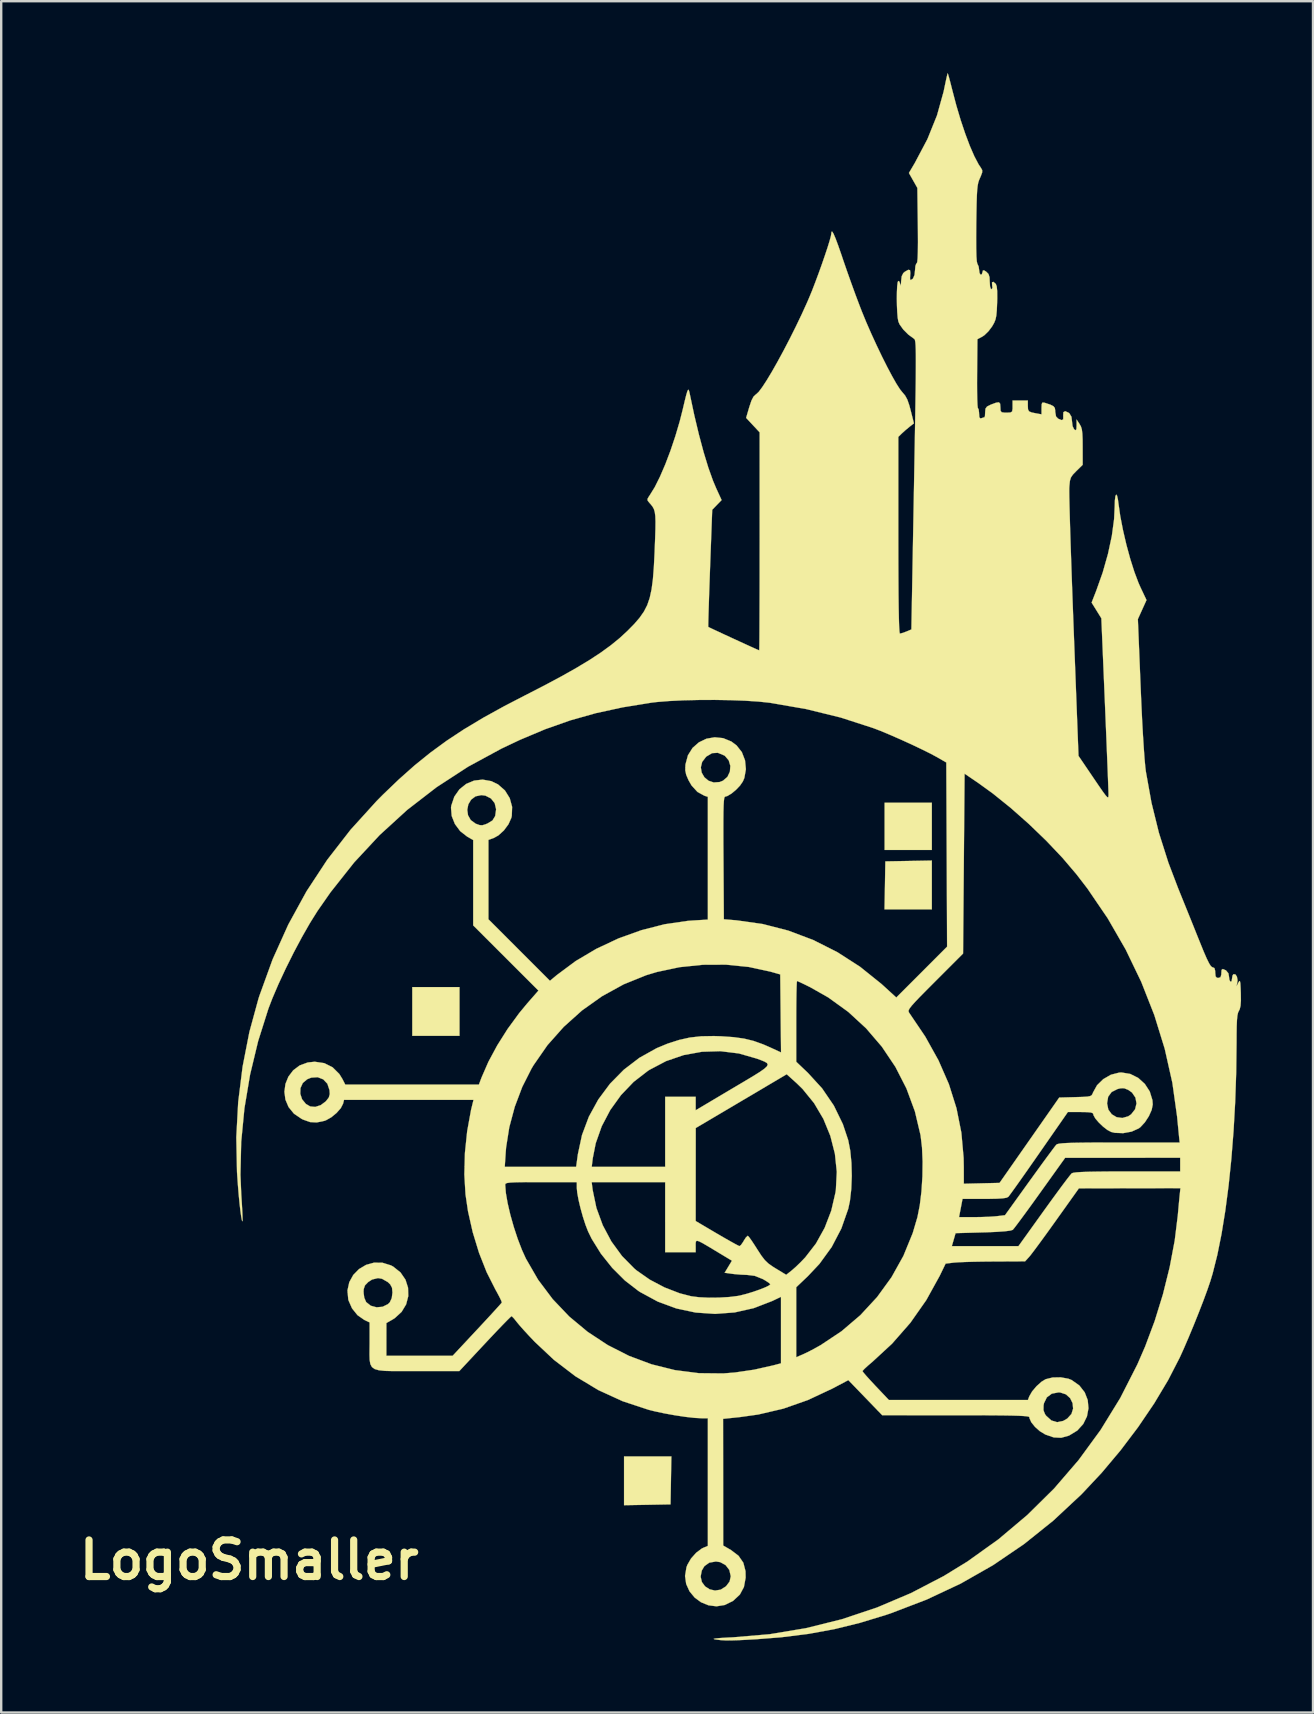
<source format=kicad_pcb>
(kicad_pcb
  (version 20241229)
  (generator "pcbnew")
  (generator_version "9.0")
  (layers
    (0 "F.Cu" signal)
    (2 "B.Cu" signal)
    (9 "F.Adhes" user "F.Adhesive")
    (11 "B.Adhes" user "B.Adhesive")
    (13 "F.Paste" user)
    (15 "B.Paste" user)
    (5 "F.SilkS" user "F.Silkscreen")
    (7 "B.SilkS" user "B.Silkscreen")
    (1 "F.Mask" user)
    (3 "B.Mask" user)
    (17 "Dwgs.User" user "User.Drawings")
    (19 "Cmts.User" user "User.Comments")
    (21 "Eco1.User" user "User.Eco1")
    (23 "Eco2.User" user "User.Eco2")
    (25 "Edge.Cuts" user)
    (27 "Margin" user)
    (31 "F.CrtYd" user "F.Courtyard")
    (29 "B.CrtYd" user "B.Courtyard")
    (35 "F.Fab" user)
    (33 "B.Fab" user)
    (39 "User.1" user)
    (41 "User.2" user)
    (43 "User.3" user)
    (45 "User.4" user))
  (footprint "LogoSmaller"
    (layer "F.Cu")
    (at 27.657 32.754)
    (property "Reference" "LogoSmaller" (at -20.32 29.21 0) (layer "F.SilkS") (effects (font (size 1.524 1.524) (thickness 0.3))))
    (attr through_hole)
    (fp_poly (pts (xy -11.557 7.366) (xy -13.525 7.366) (xy -13.525 5.334) (xy -11.557 5.334) (xy -11.557 7.366)) (stroke (width 0.01) (type solid)) (fill yes) (layer "F.SilkS"))
    (fp_poly (pts (xy 8.128 -0.381) (xy 6.16 -0.381) (xy 6.16 -2.349) (xy 8.128 -2.349) (xy 8.128 -0.381)) (stroke (width 0.01) (type solid)) (fill yes) (layer "F.SilkS"))
    (fp_poly (pts (xy -2.762 26.892) (xy -3.731 26.91) (xy -4.699 26.927) (xy -4.699 24.892) (xy -2.727 24.892) (xy -2.762 26.892)) (stroke (width 0.01) (type solid)) (fill yes) (layer "F.SilkS"))
    (fp_poly (pts (xy 8.128 2.095) (xy 6.156 2.095) (xy 6.174 1.095) (xy 6.191 0.095) (xy 8.128 0.06) (xy 8.128 2.095)) (stroke (width 0.01) (type solid)) (fill yes) (layer "F.SilkS"))
    (fp_poly (pts (xy 8.809 -32.698) (xy 8.852 -32.547) (xy 8.912 -32.32) (xy 8.98 -32.051) (xy 9.147 -31.415) (xy 9.329 -30.803) (xy 9.52 -30.233) (xy 9.712 -29.723) (xy 9.9 -29.291) (xy 10.077 -28.955) (xy 10.178 -28.802) (xy 10.227 -28.714) (xy 10.226 -28.617) (xy 10.17 -28.466) (xy 10.136 -28.389) (xy 10.094 -28.291) (xy 10.061 -28.186) (xy 10.037 -28.057) (xy 10.018 -27.886) (xy 10.005 -27.657) (xy 9.995 -27.352) (xy 9.987 -26.953) (xy 9.98 -26.488) (xy 9.976 -25.909) (xy 9.978 -25.455) (xy 9.986 -25.122) (xy 10.002 -24.909) (xy 10.025 -24.812) (xy 10.028 -24.808) (xy 10.079 -24.697) (xy 10.097 -24.566) (xy 10.117 -24.425) (xy 10.163 -24.354) (xy 10.211 -24.373) (xy 10.235 -24.448) (xy 10.259 -24.535) (xy 10.315 -24.532) (xy 10.398 -24.478) (xy 10.489 -24.386) (xy 10.532 -24.252) (xy 10.541 -24.063) (xy 10.554 -23.868) (xy 10.59 -23.761) (xy 10.611 -23.749) (xy 10.654 -23.801) (xy 10.642 -23.908) (xy 10.635 -24.036) (xy 10.693 -24.059) (xy 10.794 -23.972) (xy 10.832 -23.871) (xy 10.852 -23.673) (xy 10.854 -23.367) (xy 10.849 -23.188) (xy 10.836 -22.874) (xy 10.816 -22.654) (xy 10.783 -22.493) (xy 10.729 -22.357) (xy 10.648 -22.213) (xy 10.636 -22.194) (xy 10.489 -21.999) (xy 10.323 -21.837) (xy 10.237 -21.778) (xy 10.028 -21.667) (xy 10.015 -20.231) (xy 10.013 -19.82) (xy 10.015 -19.454) (xy 10.021 -19.153) (xy 10.03 -18.933) (xy 10.042 -18.813) (xy 10.049 -18.796) (xy 10.08 -18.74) (xy 10.096 -18.602) (xy 10.097 -18.567) (xy 10.108 -18.417) (xy 10.149 -18.367) (xy 10.197 -18.376) (xy 10.298 -18.41) (xy 10.324 -18.415) (xy 10.342 -18.471) (xy 10.35 -18.607) (xy 10.351 -18.63) (xy 10.364 -18.773) (xy 10.429 -18.861) (xy 10.577 -18.936) (xy 10.606 -18.948) (xy 10.81 -19.023) (xy 10.924 -19.037) (xy 10.974 -18.981) (xy 10.985 -18.848) (xy 10.986 -18.828) (xy 10.993 -18.685) (xy 11.041 -18.622) (xy 11.165 -18.606) (xy 11.239 -18.605) (xy 11.402 -18.612) (xy 11.474 -18.654) (xy 11.493 -18.77) (xy 11.493 -18.86) (xy 11.493 -19.113) (xy 12.129 -19.113) (xy 12.129 -18.895) (xy 12.136 -18.746) (xy 12.178 -18.662) (xy 12.286 -18.615) (xy 12.462 -18.579) (xy 12.7 -18.536) (xy 12.7 -18.797) (xy 12.706 -18.961) (xy 12.737 -19.026) (xy 12.813 -19.023) (xy 12.843 -19.014) (xy 13.067 -18.94) (xy 13.195 -18.876) (xy 13.254 -18.801) (xy 13.271 -18.69) (xy 13.271 -18.641) (xy 13.304 -18.449) (xy 13.394 -18.354) (xy 13.539 -18.295) (xy 13.604 -18.328) (xy 13.605 -18.464) (xy 13.603 -18.479) (xy 13.61 -18.626) (xy 13.687 -18.668) (xy 13.828 -18.603) (xy 13.859 -18.581) (xy 13.947 -18.435) (xy 13.97 -18.241) (xy 13.994 -18.044) (xy 14.057 -17.915) (xy 14.065 -17.907) (xy 14.127 -17.873) (xy 14.154 -17.923) (xy 14.161 -18.074) (xy 14.161 -18.32) (xy 14.287 -18.129) (xy 14.343 -18.028) (xy 14.38 -17.907) (xy 14.401 -17.738) (xy 14.412 -17.494) (xy 14.414 -17.185) (xy 14.415 -16.432) (xy 14.147 -16.169) (xy 14.006 -16.023) (xy 13.924 -15.902) (xy 13.882 -15.761) (xy 13.861 -15.553) (xy 13.855 -15.46) (xy 13.854 -15.328) (xy 13.857 -15.08) (xy 13.865 -14.725) (xy 13.877 -14.275) (xy 13.893 -13.739) (xy 13.912 -13.128) (xy 13.935 -12.451) (xy 13.96 -11.72) (xy 13.988 -10.944) (xy 14.018 -10.134) (xy 14.036 -9.657) (xy 14.241 -4.302) (xy 14.868 -3.378) (xy 15.092 -3.048) (xy 15.255 -2.813) (xy 15.367 -2.662) (xy 15.437 -2.585) (xy 15.474 -2.571) (xy 15.489 -2.61) (xy 15.492 -2.692) (xy 15.492 -2.703) (xy 15.489 -2.812) (xy 15.481 -3.036) (xy 15.469 -3.362) (xy 15.453 -3.777) (xy 15.433 -4.269) (xy 15.411 -4.825) (xy 15.386 -5.434) (xy 15.359 -6.083) (xy 15.342 -6.495) (xy 15.193 -10.036) (xy 14.99 -10.364) (xy 14.787 -10.691) (xy 14.975 -11.172) (xy 15.249 -11.944) (xy 15.469 -12.719) (xy 15.63 -13.47) (xy 15.724 -14.168) (xy 15.748 -14.671) (xy 15.757 -14.951) (xy 15.779 -15.126) (xy 15.811 -15.193) (xy 15.848 -15.146) (xy 15.885 -14.979) (xy 15.903 -14.842) (xy 15.98 -14.302) (xy 16.094 -13.714) (xy 16.235 -13.108) (xy 16.396 -12.517) (xy 16.568 -11.973) (xy 16.743 -11.508) (xy 16.827 -11.319) (xy 17.075 -10.796) (xy 16.895 -10.399) (xy 16.715 -10.001) (xy 16.83 -7.176) (xy 16.861 -6.452) (xy 16.893 -5.779) (xy 16.927 -5.169) (xy 16.961 -4.635) (xy 16.993 -4.191) (xy 17.024 -3.849) (xy 17.048 -3.651) (xy 17.283 -2.346) (xy 17.592 -1.094) (xy 17.987 0.149) (xy 18.389 1.206) (xy 18.575 1.666) (xy 18.783 2.18) (xy 18.993 2.7) (xy 19.185 3.179) (xy 19.292 3.444) (xy 19.456 3.848) (xy 19.584 4.143) (xy 19.683 4.343) (xy 19.758 4.46) (xy 19.816 4.506) (xy 19.828 4.508) (xy 19.906 4.541) (xy 19.937 4.66) (xy 19.939 4.731) (xy 19.953 4.884) (xy 20.009 4.946) (xy 20.066 4.953) (xy 20.159 4.923) (xy 20.192 4.812) (xy 20.193 4.763) (xy 20.203 4.618) (xy 20.253 4.58) (xy 20.374 4.631) (xy 20.388 4.638) (xy 20.489 4.76) (xy 20.511 4.888) (xy 20.53 5.034) (xy 20.574 5.112) (xy 20.621 5.09) (xy 20.637 4.992) (xy 20.658 4.858) (xy 20.694 4.799) (xy 20.777 4.803) (xy 20.842 4.896) (xy 20.869 5.04) (xy 20.861 5.122) (xy 20.825 5.302) (xy 20.906 5.144) (xy 20.944 5.082) (xy 20.969 5.088) (xy 20.986 5.175) (xy 20.997 5.361) (xy 21.005 5.579) (xy 21.009 5.896) (xy 20.994 6.114) (xy 20.959 6.259) (xy 20.926 6.323) (xy 20.889 6.402) (xy 20.863 6.523) (xy 20.845 6.704) (xy 20.834 6.964) (xy 20.829 7.321) (xy 20.828 7.634) (xy 20.813 8.882) (xy 20.771 10.116) (xy 20.703 11.324) (xy 20.611 12.492) (xy 20.496 13.606) (xy 20.359 14.653) (xy 20.202 15.621) (xy 20.026 16.496) (xy 19.833 17.264) (xy 19.735 17.59) (xy 19.611 17.952) (xy 19.446 18.4) (xy 19.252 18.9) (xy 19.042 19.424) (xy 18.828 19.939) (xy 18.623 20.414) (xy 18.464 20.765) (xy 17.978 21.71) (xy 17.394 22.686) (xy 16.726 23.671) (xy 15.993 24.64) (xy 15.209 25.573) (xy 14.391 26.446) (xy 14.354 26.484) (xy 13.182 27.576) (xy 11.96 28.555) (xy 10.679 29.426) (xy 9.332 30.193) (xy 7.91 30.861) (xy 6.406 31.436) (xy 6.223 31.497) (xy 5.132 31.83) (xy 4.063 32.093) (xy 2.98 32.291) (xy 1.846 32.432) (xy 0.826 32.512) (xy 0.368 32.538) (xy 0.013 32.555) (xy -0.26 32.563) (xy -0.477 32.561) (xy -0.658 32.551) (xy -0.828 32.531) (xy -0.921 32.517) (xy -0.966 32.499) (xy -0.888 32.481) (xy -0.689 32.462) (xy -0.373 32.443) (xy -0.159 32.433) (xy 1.369 32.304) (xy 2.885 32.051) (xy 4.381 31.679) (xy 5.844 31.19) (xy 7.263 30.588) (xy 8.627 29.878) (xy 9.613 29.273) (xy 10.904 28.349) (xy 12.108 27.334) (xy 13.222 26.234) (xy 14.24 25.052) (xy 15.161 23.793) (xy 15.98 22.461) (xy 16.693 21.061) (xy 17.018 20.313) (xy 17.415 19.252) (xy 17.759 18.139) (xy 18.04 17.009) (xy 18.25 15.898) (xy 18.38 14.841) (xy 18.381 14.827) (xy 18.407 14.538) (xy 18.434 14.243) (xy 18.453 14.049) (xy 18.488 13.716) (xy 16.372 13.719) (xy 14.256 13.723) (xy 13.303 15.059) (xy 13.036 15.432) (xy 12.785 15.779) (xy 12.561 16.085) (xy 12.377 16.332) (xy 12.244 16.506) (xy 12.182 16.58) (xy 12.014 16.764) (xy 10.69 16.77) (xy 10.269 16.774) (xy 9.869 16.781) (xy 9.516 16.791) (xy 9.235 16.803) (xy 9.052 16.816) (xy 9.034 16.818) (xy 8.702 16.859) (xy 8.456 17.367) (xy 7.897 18.379) (xy 7.233 19.325) (xy 6.472 20.194) (xy 5.652 20.951) (xy 5.463 21.112) (xy 5.32 21.244) (xy 5.245 21.326) (xy 5.239 21.338) (xy 5.28 21.399) (xy 5.393 21.532) (xy 5.561 21.718) (xy 5.766 21.939) (xy 5.789 21.963) (xy 6.339 22.543) (xy 12.132 22.543) (xy 12.189 22.391) (xy 12.306 22.187) (xy 12.49 21.969) (xy 12.699 21.781) (xy 12.872 21.676) (xy 13.165 21.604) (xy 13.5 21.598) (xy 13.817 21.655) (xy 13.957 21.711) (xy 14.276 21.937) (xy 14.499 22.222) (xy 14.625 22.546) (xy 14.656 22.888) (xy 14.593 23.227) (xy 14.438 23.543) (xy 14.191 23.815) (xy 13.853 24.021) (xy 13.829 24.031) (xy 13.518 24.117) (xy 13.209 24.102) (xy 12.866 23.984) (xy 12.849 23.976) (xy 12.629 23.842) (xy 12.428 23.663) (xy 12.274 23.472) (xy 12.196 23.299) (xy 12.192 23.258) (xy 12.168 23.239) (xy 12.091 23.223) (xy 11.951 23.21) (xy 11.74 23.199) (xy 11.449 23.191) (xy 11.069 23.185) (xy 10.59 23.181) (xy 10.004 23.179) (xy 9.302 23.179) (xy 9.128 23.179) (xy 6.064 23.18) (xy 5.863 22.972) (xy 12.781 22.972) (xy 12.847 23.135) (xy 12.893 23.199) (xy 13.11 23.395) (xy 13.348 23.467) (xy 13.604 23.414) (xy 13.775 23.314) (xy 13.946 23.125) (xy 14.016 22.901) (xy 13.994 22.672) (xy 13.891 22.464) (xy 13.716 22.307) (xy 13.478 22.229) (xy 13.405 22.225) (xy 13.127 22.279) (xy 12.921 22.433) (xy 12.802 22.676) (xy 12.785 22.765) (xy 12.781 22.972) (xy 5.863 22.972) (xy 5.356 22.447) (xy 4.648 21.714) (xy 3.991 22.062) (xy 2.968 22.542) (xy 1.94 22.903) (xy 0.891 23.148) (xy 0.143 23.253) (xy -0.572 23.328) (xy -0.569 25.967) (xy -0.567 28.607) (xy -0.24 28.797) (xy 0.073 29.035) (xy 0.272 29.324) (xy 0.363 29.675) (xy 0.368 29.949) (xy 0.297 30.336) (xy 0.129 30.649) (xy -0.145 30.906) (xy -0.166 30.92) (xy -0.503 31.086) (xy -0.847 31.141) (xy -1.183 31.098) (xy -1.493 30.971) (xy -1.761 30.772) (xy -1.972 30.514) (xy -2.11 30.21) (xy -2.153 29.904) (xy -1.508 29.904) (xy -1.455 30.129) (xy -1.322 30.31) (xy -1.132 30.433) (xy -0.909 30.484) (xy -0.675 30.448) (xy -0.455 30.31) (xy -0.44 30.294) (xy -0.3 30.108) (xy -0.254 29.902) (xy -0.254 29.877) (xy -0.312 29.625) (xy -0.467 29.423) (xy -0.693 29.3) (xy -0.87 29.273) (xy -1.15 29.322) (xy -1.352 29.469) (xy -1.459 29.651) (xy -1.508 29.904) (xy -2.153 29.904) (xy -2.157 29.873) (xy -2.098 29.515) (xy -2.061 29.414) (xy -1.908 29.15) (xy -1.694 28.909) (xy -1.46 28.733) (xy -1.389 28.699) (xy -1.206 28.623) (xy -1.206 23.305) (xy -1.476 23.303) (xy -1.77 23.287) (xy -2.148 23.244) (xy -2.575 23.18) (xy -3.013 23.101) (xy -3.425 23.013) (xy -3.677 22.95) (xy -4.755 22.594) (xy -5.769 22.13) (xy -6.724 21.555) (xy -7.624 20.867) (xy -8.418 20.121) (xy -8.654 19.873) (xy -8.874 19.634) (xy -9.054 19.431) (xy -9.17 19.291) (xy -9.172 19.288) (xy -9.285 19.147) (xy -9.368 19.062) (xy -9.39 19.05) (xy -9.442 19.095) (xy -9.569 19.22) (xy -9.758 19.413) (xy -9.996 19.661) (xy -10.272 19.953) (xy -10.497 20.193) (xy -11.564 21.336) (xy -13.335 21.336) (xy -13.888 21.338) (xy -14.327 21.338) (xy -14.666 21.329) (xy -14.916 21.303) (xy -15.092 21.252) (xy -15.206 21.169) (xy -15.272 21.047) (xy -15.301 20.877) (xy -15.308 20.652) (xy -15.305 20.364) (xy -15.303 20.182) (xy -15.303 19.31) (xy -15.528 19.203) (xy -15.808 19.007) (xy -16.036 18.723) (xy -16.183 18.39) (xy -16.193 18.35) (xy -16.219 18.056) (xy -15.556 18.056) (xy -15.526 18.278) (xy -15.45 18.455) (xy -15.443 18.464) (xy -15.255 18.614) (xy -15.014 18.679) (xy -14.762 18.657) (xy -14.54 18.548) (xy -14.462 18.472) (xy -14.38 18.295) (xy -14.351 18.064) (xy -14.369 17.865) (xy -14.443 17.726) (xy -14.546 17.627) (xy -14.785 17.491) (xy -14.954 17.462) (xy -15.201 17.522) (xy -15.362 17.627) (xy -15.496 17.766) (xy -15.549 17.92) (xy -15.556 18.056) (xy -16.219 18.056) (xy -16.226 17.975) (xy -16.15 17.631) (xy -15.984 17.33) (xy -15.745 17.086) (xy -15.451 16.911) (xy -15.12 16.819) (xy -14.768 16.822) (xy -14.414 16.932) (xy -14.32 16.982) (xy -14.015 17.226) (xy -13.808 17.528) (xy -13.701 17.864) (xy -13.692 18.214) (xy -13.781 18.557) (xy -13.969 18.869) (xy -14.254 19.131) (xy -14.354 19.193) (xy -14.604 19.336) (xy -14.605 20.701) (xy -11.843 20.7) (xy -10.827 19.612) (xy -10.539 19.303) (xy -10.281 19.024) (xy -10.066 18.789) (xy -9.905 18.611) (xy -9.812 18.505) (xy -9.793 18.48) (xy -9.815 18.409) (xy -9.888 18.256) (xy -9.999 18.047) (xy -10.063 17.933) (xy -10.425 17.215) (xy -10.743 16.409) (xy -11.005 15.552) (xy -11.202 14.68) (xy -11.306 13.976) (xy -11.33 13.573) (xy -9.652 13.573) (xy -9.625 13.915) (xy -9.551 14.341) (xy -9.439 14.821) (xy -9.296 15.326) (xy -9.132 15.825) (xy -8.954 16.289) (xy -8.791 16.647) (xy -8.281 17.53) (xy -7.675 18.337) (xy -6.983 19.064) (xy -6.214 19.704) (xy -5.379 20.253) (xy -4.489 20.705) (xy -3.552 21.055) (xy -2.579 21.297) (xy -1.579 21.425) (xy -0.564 21.435) (xy -0.077 21.396) (xy 0.721 21.279) (xy 1.529 21.097) (xy 1.603 21.077) (xy 1.841 21.014) (xy 1.841 18.243) (xy 1.476 18.417) (xy 0.707 18.714) (xy -0.09 18.893) (xy -0.903 18.954) (xy -1.717 18.898) (xy -2.519 18.727) (xy -3.295 18.441) (xy -4.031 18.042) (xy -4.107 17.992) (xy -4.665 17.561) (xy -5.192 17.035) (xy -5.662 16.446) (xy -6.046 15.828) (xy -6.197 15.52) (xy -6.305 15.243) (xy -6.414 14.906) (xy -6.514 14.546) (xy -6.596 14.199) (xy -6.65 13.902) (xy -6.668 13.708) (xy -6.668 13.462) (xy -6.049 13.462) (xy -6.006 13.795) (xy -5.851 14.538) (xy -5.587 15.258) (xy -5.228 15.934) (xy -4.783 16.544) (xy -4.266 17.067) (xy -4.171 17.146) (xy -3.626 17.527) (xy -3.012 17.851) (xy -2.375 18.097) (xy -1.9 18.219) (xy -1.574 18.26) (xy -1.17 18.279) (xy -0.734 18.275) (xy -0.313 18.25) (xy 0.048 18.205) (xy 0.146 18.185) (xy 0.411 18.117) (xy 0.689 18.032) (xy 0.953 17.94) (xy 1.177 17.851) (xy 1.334 17.775) (xy 1.397 17.722) (xy 1.397 17.72) (xy 1.346 17.666) (xy 1.214 17.578) (xy 1.087 17.504) (xy 0.748 17.368) (xy 0.436 17.33) (xy 0.167 17.318) (xy -0.111 17.294) (xy -0.206 17.282) (xy -0.507 17.24) (xy -0.355 16.989) (xy -0.203 16.737) (xy -0.879 16.33) (xy -1.198 16.138) (xy -1.424 16.006) (xy -1.572 15.93) (xy -1.659 15.906) (xy -1.701 15.93) (xy -1.714 15.998) (xy -1.715 16.106) (xy -1.714 16.122) (xy -1.714 16.383) (xy -2.985 16.383) (xy -2.985 15.083) (xy -1.714 15.083) (xy -0.828 15.606) (xy -0.525 15.782) (xy -0.26 15.933) (xy -0.052 16.048) (xy 0.079 16.116) (xy 0.115 16.129) (xy 0.177 16.078) (xy 0.265 15.952) (xy 0.29 15.906) (xy 0.378 15.77) (xy 0.448 15.703) (xy 0.462 15.701) (xy 0.516 15.759) (xy 0.619 15.902) (xy 0.753 16.105) (xy 0.849 16.257) (xy 1.022 16.523) (xy 1.167 16.711) (xy 1.317 16.855) (xy 1.506 16.988) (xy 1.622 17.06) (xy 2.059 17.325) (xy 2.294 17.139) (xy 2.459 16.994) (xy 2.662 16.798) (xy 2.853 16.598) (xy 3.297 16.024) (xy 3.662 15.367) (xy 3.937 14.651) (xy 4.111 13.901) (xy 4.129 13.781) (xy 4.167 13.033) (xy 4.088 12.278) (xy 3.899 11.537) (xy 3.608 10.827) (xy 3.22 10.17) (xy 2.744 9.584) (xy 2.499 9.344) (xy 2.08 8.966) (xy 1.528 9.293) (xy 1.311 9.421) (xy 1.01 9.6) (xy 0.647 9.815) (xy 0.246 10.051) (xy -0.167 10.296) (xy -0.367 10.414) (xy -1.711 11.208) (xy -1.713 13.146) (xy -1.714 15.083) (xy -2.985 15.083) (xy -2.985 13.462) (xy -6.049 13.462) (xy -6.668 13.462) (xy -8.16 13.462) (xy -8.634 13.463) (xy -8.996 13.465) (xy -9.26 13.471) (xy -9.443 13.481) (xy -9.559 13.496) (xy -9.622 13.517) (xy -9.648 13.546) (xy -9.652 13.573) (xy -11.33 13.573) (xy -11.355 13.141) (xy -11.346 12.827) (xy -9.671 12.827) (xy -6.696 12.827) (xy -6.047 12.827) (xy -2.985 12.827) (xy -2.985 9.906) (xy -1.714 9.906) (xy -1.714 10.468) (xy -0.152 9.54) (xy 0.318 9.262) (xy 0.687 9.041) (xy 0.962 8.869) (xy 1.149 8.737) (xy 1.256 8.637) (xy 1.289 8.561) (xy 1.255 8.498) (xy 1.162 8.442) (xy 1.016 8.382) (xy 0.829 8.313) (xy 0.087 8.1) (xy -0.679 8.006) (xy -1.451 8.029) (xy -2.212 8.167) (xy -2.946 8.418) (xy -3.635 8.78) (xy -3.705 8.825) (xy -4.3 9.285) (xy -4.827 9.836) (xy -5.274 10.458) (xy -5.629 11.133) (xy -5.879 11.84) (xy -6.002 12.462) (xy -6.047 12.827) (xy -6.696 12.827) (xy -6.624 12.303) (xy -6.452 11.5) (xy -6.165 10.734) (xy -5.772 10.018) (xy -5.284 9.362) (xy -4.71 8.779) (xy -4.059 8.281) (xy -3.341 7.88) (xy -2.886 7.691) (xy -2.406 7.537) (xy -1.953 7.436) (xy -1.483 7.384) (xy -0.954 7.375) (xy -0.659 7.384) (xy -0.135 7.42) (xy 0.304 7.481) (xy 0.701 7.578) (xy 1.097 7.72) (xy 1.382 7.844) (xy 1.844 8.057) (xy 1.83 6.763) (xy 2.477 6.763) (xy 2.477 8.446) (xy 2.961 8.906) (xy 3.556 9.556) (xy 4.044 10.272) (xy 4.421 11.047) (xy 4.644 11.716) (xy 4.728 12.148) (xy 4.778 12.659) (xy 4.792 13.207) (xy 4.771 13.749) (xy 4.715 14.243) (xy 4.645 14.573) (xy 4.356 15.398) (xy 3.955 16.166) (xy 3.444 16.87) (xy 2.961 17.383) (xy 2.477 17.843) (xy 2.477 20.76) (xy 2.766 20.636) (xy 2.967 20.541) (xy 3.223 20.407) (xy 3.481 20.263) (xy 3.495 20.255) (xy 4.365 19.676) (xy 5.151 19.006) (xy 5.847 18.253) (xy 6.447 17.427) (xy 6.944 16.535) (xy 7.11 16.129) (xy 8.962 16.129) (xy 11.739 16.129) (xy 12.798 14.653) (xy 13.075 14.269) (xy 13.332 13.917) (xy 13.558 13.61) (xy 13.744 13.363) (xy 13.879 13.189) (xy 13.952 13.102) (xy 13.957 13.097) (xy 14.018 13.074) (xy 14.145 13.056) (xy 14.346 13.042) (xy 14.633 13.031) (xy 15.015 13.024) (xy 15.502 13.019) (xy 16.104 13.018) (xy 16.268 13.018) (xy 18.479 13.018) (xy 18.479 12.446) (xy 16.081 12.448) (xy 13.684 12.449) (xy 12.636 13.913) (xy 12.362 14.295) (xy 12.108 14.645) (xy 11.885 14.949) (xy 11.703 15.194) (xy 11.573 15.365) (xy 11.504 15.448) (xy 11.5 15.452) (xy 11.397 15.483) (xy 11.175 15.511) (xy 10.839 15.535) (xy 10.398 15.554) (xy 10.264 15.557) (xy 9.118 15.589) (xy 8.962 16.129) (xy 7.11 16.129) (xy 7.332 15.585) (xy 7.528 14.922) (xy 7.626 14.425) (xy 7.696 13.846) (xy 7.736 13.225) (xy 7.744 12.603) (xy 7.719 12.021) (xy 7.66 11.52) (xy 7.659 11.511) (xy 7.422 10.513) (xy 7.07 9.559) (xy 6.609 8.658) (xy 6.046 7.819) (xy 5.388 7.052) (xy 4.641 6.364) (xy 4.619 6.349) (xy 7.157 6.349) (xy 7.175 6.392) (xy 7.181 6.4) (xy 7.855 7.398) (xy 8.406 8.388) (xy 8.839 9.379) (xy 9.155 10.381) (xy 9.359 11.402) (xy 9.453 12.453) (xy 9.46 12.845) (xy 9.461 13.53) (xy 10.951 13.494) (xy 12.194 11.716) (xy 13.269 10.179) (xy 15.431 10.179) (xy 15.484 10.439) (xy 15.627 10.635) (xy 15.83 10.756) (xy 16.068 10.789) (xy 16.311 10.72) (xy 16.434 10.637) (xy 16.599 10.426) (xy 16.658 10.183) (xy 16.614 9.94) (xy 16.471 9.729) (xy 16.314 9.618) (xy 16.146 9.551) (xy 15.987 9.553) (xy 15.867 9.583) (xy 15.621 9.707) (xy 15.477 9.904) (xy 15.431 10.179) (xy 13.269 10.179) (xy 13.437 9.938) (xy 14.111 9.92) (xy 14.41 9.911) (xy 14.606 9.899) (xy 14.725 9.877) (xy 14.79 9.839) (xy 14.826 9.779) (xy 14.845 9.728) (xy 15.013 9.425) (xy 15.273 9.17) (xy 15.592 8.986) (xy 15.937 8.898) (xy 16.034 8.893) (xy 16.397 8.953) (xy 16.728 9.118) (xy 17.005 9.369) (xy 17.21 9.684) (xy 17.321 10.043) (xy 17.335 10.227) (xy 17.29 10.454) (xy 17.172 10.716) (xy 17.007 10.97) (xy 16.82 11.172) (xy 16.752 11.223) (xy 16.455 11.357) (xy 16.104 11.421) (xy 15.755 11.408) (xy 15.601 11.371) (xy 15.443 11.287) (xy 15.261 11.146) (xy 15.084 10.976) (xy 14.942 10.809) (xy 14.865 10.672) (xy 14.859 10.638) (xy 14.837 10.589) (xy 14.755 10.56) (xy 14.591 10.545) (xy 14.328 10.541) (xy 13.798 10.541) (xy 12.598 12.267) (xy 12.307 12.684) (xy 12.037 13.07) (xy 11.796 13.412) (xy 11.594 13.696) (xy 11.439 13.911) (xy 11.342 14.042) (xy 11.314 14.077) (xy 11.239 14.113) (xy 11.086 14.138) (xy 10.841 14.153) (xy 10.49 14.16) (xy 10.319 14.161) (xy 9.408 14.161) (xy 9.371 14.351) (xy 9.33 14.566) (xy 9.298 14.732) (xy 9.261 14.922) (xy 9.885 14.922) (xy 10.2 14.917) (xy 10.51 14.906) (xy 10.765 14.889) (xy 10.843 14.881) (xy 11.177 14.841) (xy 12.202 13.416) (xy 12.475 13.039) (xy 12.726 12.692) (xy 12.947 12.391) (xy 13.126 12.15) (xy 13.252 11.982) (xy 13.316 11.903) (xy 13.318 11.901) (xy 13.359 11.878) (xy 13.441 11.859) (xy 13.574 11.844) (xy 13.769 11.832) (xy 14.038 11.823) (xy 14.391 11.817) (xy 14.84 11.813) (xy 15.396 11.811) (xy 15.932 11.811) (xy 18.457 11.811) (xy 18.438 11.636) (xy 18.425 11.504) (xy 18.403 11.278) (xy 18.375 10.993) (xy 18.35 10.732) (xy 18.152 9.32) (xy 17.834 7.905) (xy 17.4 6.5) (xy 16.856 5.117) (xy 16.207 3.769) (xy 15.458 2.469) (xy 14.614 1.229) (xy 14.158 0.635) (xy 13.569 -0.057) (xy 12.897 -0.766) (xy 12.17 -1.466) (xy 11.419 -2.131) (xy 10.673 -2.732) (xy 10.065 -3.172) (xy 9.493 -3.561) (xy 9.43 3.936) (xy 8.26 5.107) (xy 7.906 5.462) (xy 7.632 5.74) (xy 7.431 5.951) (xy 7.292 6.106) (xy 7.206 6.217) (xy 7.164 6.294) (xy 7.157 6.349) (xy 4.619 6.349) (xy 3.812 5.766) (xy 3.065 5.342) (xy 2.833 5.227) (xy 2.646 5.138) (xy 2.531 5.087) (xy 2.51 5.08) (xy 2.501 5.141) (xy 2.493 5.312) (xy 2.486 5.577) (xy 2.481 5.92) (xy 2.478 6.323) (xy 2.477 6.763) (xy 1.83 6.763) (xy 1.827 6.431) (xy 1.81 4.806) (xy 1.397 4.689) (xy 0.5 4.495) (xy -0.447 4.4) (xy -1.418 4.404) (xy -2.385 4.504) (xy -3.32 4.702) (xy -3.771 4.837) (xy -4.715 5.219) (xy -5.612 5.712) (xy -6.449 6.306) (xy -7.212 6.99) (xy -7.891 7.754) (xy -8.47 8.588) (xy -8.556 8.732) (xy -8.942 9.496) (xy -9.254 10.323) (xy -9.482 11.175) (xy -9.614 12.012) (xy -9.63 12.208) (xy -9.671 12.827) (xy -11.346 12.827) (xy -11.331 12.247) (xy -11.237 11.339) (xy -11.077 10.459) (xy -11.016 10.208) (xy -10.972 10.033) (xy -16.369 10.033) (xy -16.409 10.193) (xy -16.504 10.379) (xy -16.679 10.578) (xy -16.898 10.759) (xy -17.124 10.886) (xy -17.186 10.908) (xy -17.506 10.975) (xy -17.784 10.96) (xy -18.077 10.856) (xy -18.136 10.827) (xy -18.458 10.608) (xy -18.681 10.333) (xy -18.812 10.023) (xy -18.843 9.78) (xy -18.193 9.78) (xy -18.117 10.01) (xy -17.959 10.203) (xy -17.78 10.308) (xy -17.57 10.328) (xy -17.34 10.254) (xy -17.134 10.1) (xy -17.122 10.088) (xy -17.004 9.936) (xy -16.964 9.794) (xy -16.975 9.627) (xy -17.064 9.361) (xy -17.236 9.179) (xy -17.466 9.09) (xy -17.733 9.107) (xy -17.901 9.173) (xy -18.088 9.331) (xy -18.185 9.544) (xy -18.193 9.78) (xy -18.843 9.78) (xy -18.854 9.696) (xy -18.811 9.37) (xy -18.688 9.067) (xy -18.489 8.804) (xy -18.219 8.6) (xy -17.882 8.476) (xy -17.589 8.445) (xy -17.191 8.504) (xy -16.847 8.676) (xy -16.567 8.953) (xy -16.439 9.16) (xy -16.317 9.398) (xy -13.533 9.398) (xy -10.749 9.398) (xy -10.635 9.096) (xy -10.353 8.449) (xy -9.985 7.765) (xy -9.552 7.079) (xy -9.074 6.425) (xy -8.742 6.023) (xy -8.267 5.48) (xy -9.626 4.122) (xy -10.986 2.763) (xy -10.986 0.985) (xy -10.986 -0.794) (xy -11.237 -0.937) (xy -11.529 -1.166) (xy -11.749 -1.463) (xy -11.882 -1.798) (xy -11.903 -2.056) (xy -11.233 -2.056) (xy -11.202 -1.828) (xy -11.089 -1.627) (xy -10.889 -1.48) (xy -10.858 -1.467) (xy -10.713 -1.416) (xy -10.606 -1.41) (xy -10.474 -1.45) (xy -10.385 -1.487) (xy -10.182 -1.612) (xy -10.07 -1.795) (xy -10.033 -2.061) (xy -10.033 -2.086) (xy -10.091 -2.333) (xy -10.246 -2.527) (xy -10.474 -2.644) (xy -10.646 -2.667) (xy -10.89 -2.615) (xy -11.073 -2.477) (xy -11.189 -2.281) (xy -11.233 -2.056) (xy -11.903 -2.056) (xy -11.911 -2.14) (xy -11.899 -2.23) (xy -11.773 -2.603) (xy -11.559 -2.908) (xy -11.277 -3.134) (xy -10.948 -3.272) (xy -10.592 -3.313) (xy -10.229 -3.248) (xy -9.953 -3.115) (xy -9.663 -2.861) (xy -9.463 -2.539) (xy -9.364 -2.177) (xy -9.378 -1.8) (xy -9.396 -1.721) (xy -9.515 -1.454) (xy -9.707 -1.195) (xy -9.938 -0.986) (xy -10.134 -0.878) (xy -10.351 -0.8) (xy -10.351 0.854) (xy -10.351 2.507) (xy -9.069 3.79) (xy -7.787 5.072) (xy -7.497 4.83) (xy -6.717 4.25) (xy -5.854 3.739) (xy -4.932 3.306) (xy -3.975 2.962) (xy -3.008 2.715) (xy -2.054 2.576) (xy -1.857 2.561) (xy -1.206 2.521) (xy -1.206 -2.595) (xy -1.348 -2.64) (xy -1.638 -2.798) (xy -1.886 -3.069) (xy -2.011 -3.286) (xy -2.109 -3.513) (xy -2.148 -3.701) (xy -2.144 -3.824) (xy -1.499 -3.824) (xy -1.463 -3.604) (xy -1.351 -3.411) (xy -1.179 -3.267) (xy -0.962 -3.194) (xy -0.715 -3.212) (xy -0.577 -3.267) (xy -0.391 -3.426) (xy -0.288 -3.644) (xy -0.269 -3.886) (xy -0.337 -4.116) (xy -0.492 -4.298) (xy -0.527 -4.321) (xy -0.79 -4.43) (xy -1.03 -4.416) (xy -1.263 -4.278) (xy -1.283 -4.261) (xy -1.444 -4.05) (xy -1.499 -3.824) (xy -2.144 -3.824) (xy -2.142 -3.914) (xy -2.137 -3.955) (xy -2.036 -4.328) (xy -1.844 -4.634) (xy -1.58 -4.866) (xy -1.266 -5.017) (xy -0.922 -5.077) (xy -0.569 -5.041) (xy -0.227 -4.901) (xy -0.01 -4.739) (xy 0.211 -4.458) (xy 0.343 -4.115) (xy 0.379 -3.745) (xy 0.315 -3.383) (xy 0.252 -3.235) (xy 0.134 -3.063) (xy -0.035 -2.886) (xy -0.222 -2.731) (xy -0.393 -2.629) (xy -0.486 -2.603) (xy -0.508 -2.585) (xy -0.526 -2.524) (xy -0.54 -2.409) (xy -0.55 -2.23) (xy -0.557 -1.975) (xy -0.56 -1.636) (xy -0.561 -1.2) (xy -0.56 -0.657) (xy -0.556 -0.048) (xy -0.54 2.508) (xy -0.009 2.552) (xy 1.077 2.705) (xy 2.146 2.98) (xy 3.186 3.372) (xy 4.187 3.876) (xy 5.137 4.487) (xy 6.025 5.2) (xy 6.121 5.287) (xy 6.647 5.768) (xy 7.706 4.709) (xy 8.764 3.649) (xy 8.748 -0.189) (xy 8.731 -4.027) (xy 8.35 -4.246) (xy 8.07 -4.397) (xy 7.702 -4.579) (xy 7.28 -4.78) (xy 6.833 -4.983) (xy 6.393 -5.176) (xy 5.993 -5.343) (xy 5.696 -5.457) (xy 4.329 -5.9) (xy 2.891 -6.253) (xy 1.41 -6.51) (xy 1.365 -6.517) (xy 0.905 -6.565) (xy 0.35 -6.601) (xy -0.271 -6.624) (xy -0.927 -6.635) (xy -1.591 -6.632) (xy -2.231 -6.617) (xy -2.82 -6.588) (xy -3.328 -6.547) (xy -3.556 -6.52) (xy -4.758 -6.325) (xy -5.872 -6.083) (xy -6.934 -5.784) (xy -7.978 -5.416) (xy -9.038 -4.97) (xy -9.811 -4.604) (xy -11.202 -3.849) (xy -12.512 -2.997) (xy -13.739 -2.049) (xy -14.884 -1.003) (xy -15.948 0.14) (xy -16.931 1.381) (xy -17.473 2.159) (xy -17.788 2.662) (xy -18.124 3.251) (xy -18.466 3.892) (xy -18.796 4.554) (xy -19.099 5.203) (xy -19.358 5.808) (xy -19.522 6.236) (xy -19.95 7.589) (xy -20.284 8.979) (xy -20.52 10.385) (xy -20.655 11.785) (xy -20.686 13.156) (xy -20.652 13.977) (xy -20.629 14.336) (xy -20.611 14.648) (xy -20.6 14.893) (xy -20.597 15.049) (xy -20.6 15.096) (xy -20.624 15.056) (xy -20.653 14.907) (xy -20.687 14.667) (xy -20.723 14.354) (xy -20.759 13.987) (xy -20.792 13.583) (xy -20.822 13.16) (xy -20.83 13.033) (xy -20.859 11.594) (xy -20.78 10.124) (xy -20.597 8.652) (xy -20.314 7.206) (xy -19.935 5.817) (xy -19.902 5.713) (xy -19.347 4.182) (xy -18.692 2.728) (xy -17.934 1.345) (xy -17.07 0.03) (xy -16.097 -1.223) (xy -15.011 -2.42) (xy -14.753 -2.681) (xy -14.085 -3.321) (xy -13.433 -3.901) (xy -12.775 -4.433) (xy -12.093 -4.932) (xy -11.366 -5.412) (xy -10.574 -5.887) (xy -9.697 -6.371) (xy -8.858 -6.806) (xy -8.029 -7.232) (xy -7.307 -7.618) (xy -6.679 -7.972) (xy -6.135 -8.3) (xy -5.662 -8.611) (xy -5.25 -8.911) (xy -4.886 -9.208) (xy -4.56 -9.508) (xy -4.553 -9.515) (xy -4.276 -9.797) (xy -4.051 -10.058) (xy -3.872 -10.314) (xy -3.733 -10.585) (xy -3.629 -10.889) (xy -3.552 -11.244) (xy -3.496 -11.669) (xy -3.456 -12.183) (xy -3.425 -12.803) (xy -3.423 -12.874) (xy -3.403 -13.376) (xy -3.391 -13.769) (xy -3.388 -14.069) (xy -3.396 -14.294) (xy -3.418 -14.46) (xy -3.454 -14.584) (xy -3.508 -14.685) (xy -3.58 -14.778) (xy -3.635 -14.839) (xy -3.714 -14.935) (xy -3.723 -15.01) (xy -3.661 -15.117) (xy -3.624 -15.171) (xy -3.419 -15.503) (xy -3.202 -15.938) (xy -2.98 -16.453) (xy -2.763 -17.025) (xy -2.56 -17.63) (xy -2.378 -18.247) (xy -2.255 -18.733) (xy -2.169 -19.097) (xy -2.106 -19.349) (xy -2.06 -19.501) (xy -2.027 -19.563) (xy -2.001 -19.547) (xy -1.977 -19.465) (xy -1.956 -19.367) (xy -1.772 -18.5) (xy -1.579 -17.692) (xy -1.383 -16.958) (xy -1.186 -16.313) (xy -0.992 -15.77) (xy -0.853 -15.441) (xy -0.633 -14.963) (xy -1.025 -14.558) (xy -1.115 -12.125) (xy -1.134 -11.583) (xy -1.152 -11.082) (xy -1.166 -10.636) (xy -1.178 -10.259) (xy -1.186 -9.965) (xy -1.19 -9.767) (xy -1.19 -9.68) (xy -1.189 -9.677) (xy -1.13 -9.647) (xy -0.977 -9.574) (xy -0.753 -9.47) (xy -0.481 -9.343) (xy -0.182 -9.205) (xy 0.12 -9.066) (xy 0.404 -8.936) (xy 0.648 -8.825) (xy 0.829 -8.744) (xy 0.925 -8.703) (xy 0.934 -8.7) (xy 0.937 -8.761) (xy 0.94 -8.94) (xy 0.943 -9.226) (xy 0.945 -9.608) (xy 0.947 -10.078) (xy 0.949 -10.624) (xy 0.951 -11.236) (xy 0.952 -11.906) (xy 0.952 -12.622) (xy 0.953 -13.242) (xy 0.952 -17.785) (xy 0.67 -18.087) (xy 0.388 -18.389) (xy 0.52 -18.84) (xy 0.609 -19.106) (xy 0.695 -19.273) (xy 0.794 -19.367) (xy 0.808 -19.375) (xy 0.913 -19.473) (xy 1.063 -19.673) (xy 1.249 -19.959) (xy 1.465 -20.318) (xy 1.701 -20.735) (xy 1.951 -21.196) (xy 2.206 -21.686) (xy 2.459 -22.192) (xy 2.702 -22.698) (xy 2.926 -23.191) (xy 3.016 -23.4) (xy 3.136 -23.69) (xy 3.268 -24.033) (xy 3.407 -24.406) (xy 3.544 -24.788) (xy 3.671 -25.156) (xy 3.782 -25.489) (xy 3.867 -25.766) (xy 3.921 -25.963) (xy 3.936 -26.051) (xy 3.947 -26.145) (xy 3.979 -26.149) (xy 4.034 -26.058) (xy 4.116 -25.865) (xy 4.228 -25.565) (xy 4.372 -25.151) (xy 4.432 -24.971) (xy 4.589 -24.516) (xy 4.765 -24.02) (xy 4.944 -23.527) (xy 5.112 -23.081) (xy 5.21 -22.828) (xy 5.397 -22.372) (xy 5.605 -21.896) (xy 5.826 -21.415) (xy 6.049 -20.949) (xy 6.267 -20.515) (xy 6.471 -20.13) (xy 6.651 -19.813) (xy 6.8 -19.581) (xy 6.893 -19.464) (xy 7.014 -19.321) (xy 7.107 -19.15) (xy 7.189 -18.914) (xy 7.245 -18.704) (xy 7.382 -18.16) (xy 7.199 -18.018) (xy 7.028 -17.876) (xy 6.874 -17.736) (xy 6.731 -17.595) (xy 6.731 -13.497) (xy 6.732 -12.555) (xy 6.735 -11.738) (xy 6.739 -11.046) (xy 6.746 -10.477) (xy 6.755 -10.029) (xy 6.765 -9.702) (xy 6.778 -9.494) (xy 6.792 -9.403) (xy 6.797 -9.398) (xy 6.895 -9.421) (xy 7.05 -9.477) (xy 7.069 -9.484) (xy 7.276 -9.571) (xy 7.386 -15.596) (xy 7.404 -16.608) (xy 7.42 -17.5) (xy 7.433 -18.281) (xy 7.444 -18.957) (xy 7.453 -19.536) (xy 7.459 -20.027) (xy 7.462 -20.435) (xy 7.463 -20.77) (xy 7.462 -21.038) (xy 7.458 -21.247) (xy 7.452 -21.405) (xy 7.443 -21.519) (xy 7.432 -21.596) (xy 7.419 -21.645) (xy 7.403 -21.673) (xy 7.388 -21.685) (xy 7.15 -21.859) (xy 6.938 -22.071) (xy 6.784 -22.286) (xy 6.733 -22.406) (xy 6.705 -22.564) (xy 6.686 -22.796) (xy 6.674 -23.072) (xy 6.669 -23.364) (xy 6.673 -23.642) (xy 6.684 -23.876) (xy 6.704 -24.037) (xy 6.727 -24.096) (xy 6.777 -24.069) (xy 6.812 -23.956) (xy 6.829 -23.896) (xy 6.842 -23.96) (xy 6.848 -24.079) (xy 6.872 -24.291) (xy 6.937 -24.421) (xy 6.999 -24.476) (xy 7.146 -24.56) (xy 7.219 -24.545) (xy 7.233 -24.423) (xy 7.227 -24.352) (xy 7.219 -24.206) (xy 7.234 -24.132) (xy 7.239 -24.13) (xy 7.338 -24.188) (xy 7.406 -24.343) (xy 7.429 -24.555) (xy 7.444 -24.722) (xy 7.479 -24.818) (xy 7.497 -24.828) (xy 7.52 -24.882) (xy 7.536 -25.045) (xy 7.546 -25.323) (xy 7.55 -25.717) (xy 7.547 -26.234) (xy 7.545 -26.4) (xy 7.525 -27.972) (xy 7.173 -28.595) (xy 7.42 -29.014) (xy 7.944 -30.005) (xy 8.344 -30.997) (xy 8.619 -31.986) (xy 8.636 -32.069) (xy 8.693 -32.342) (xy 8.741 -32.563) (xy 8.775 -32.707) (xy 8.788 -32.749) (xy 8.809 -32.698)) (stroke (width 0.01) (type solid)) (fill yes) (layer "F.SilkS")))
  (gr_rect
    (start -3 -3)
    (end 51.671 68.321)
    (stroke (width 0.1) (type default))
    (fill no)
    (layer "Edge.Cuts")))
</source>
